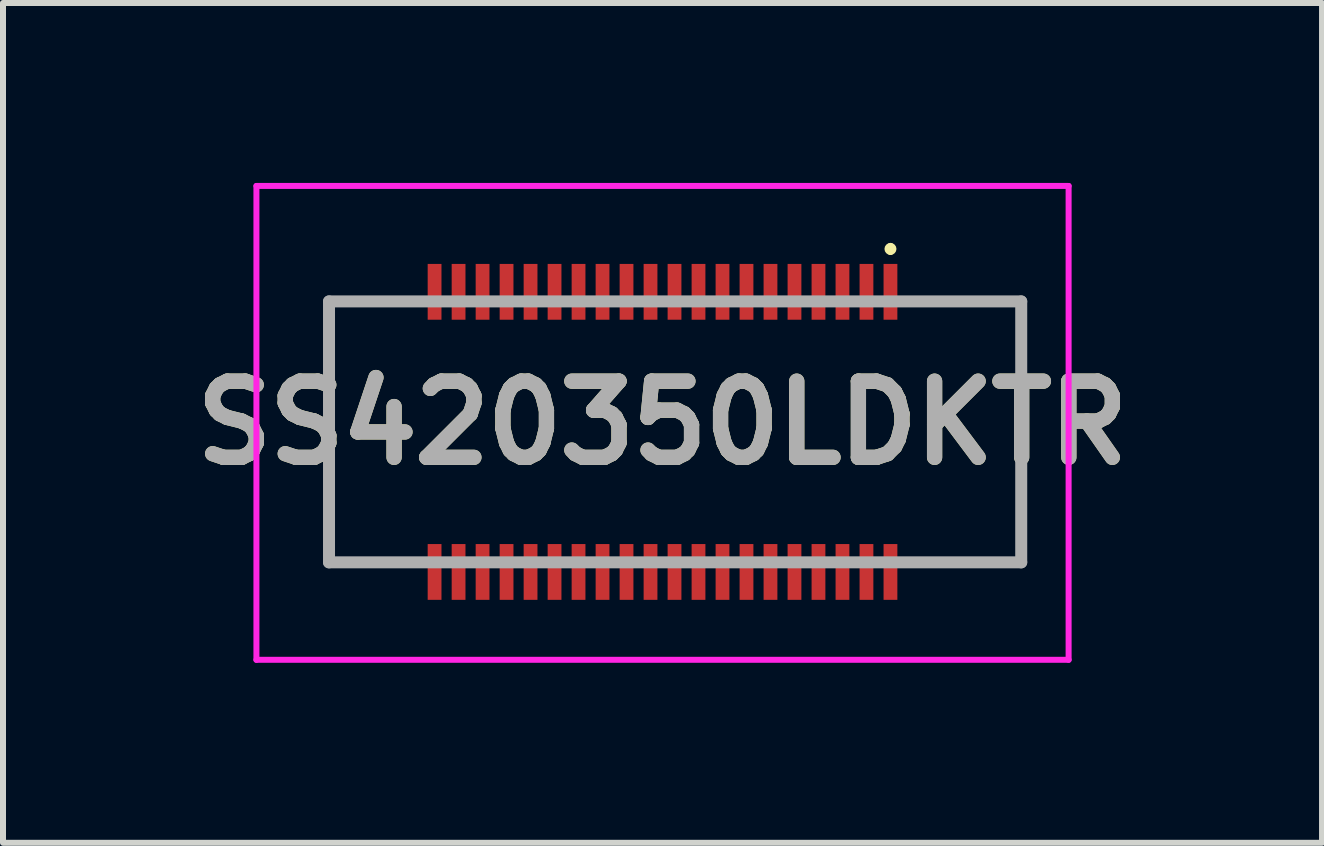
<source format=kicad_pcb>
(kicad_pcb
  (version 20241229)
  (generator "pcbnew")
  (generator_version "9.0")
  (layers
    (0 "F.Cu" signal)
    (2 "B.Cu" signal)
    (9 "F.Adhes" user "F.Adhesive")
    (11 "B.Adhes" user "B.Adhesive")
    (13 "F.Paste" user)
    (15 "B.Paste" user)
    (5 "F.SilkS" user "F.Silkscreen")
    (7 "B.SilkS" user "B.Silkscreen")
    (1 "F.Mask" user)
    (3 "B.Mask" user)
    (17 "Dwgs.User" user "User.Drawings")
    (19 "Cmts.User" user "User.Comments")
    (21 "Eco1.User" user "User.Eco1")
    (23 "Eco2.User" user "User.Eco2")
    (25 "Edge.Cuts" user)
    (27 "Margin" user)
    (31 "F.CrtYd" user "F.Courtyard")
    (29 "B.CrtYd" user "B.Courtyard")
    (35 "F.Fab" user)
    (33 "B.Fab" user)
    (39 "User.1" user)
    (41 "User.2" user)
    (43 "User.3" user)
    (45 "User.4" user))
  (footprint "SS420350LDKTR"
    (layer "F.Cu")
    (at 7.995 4.15)
    (property "Reference" "SS420350LDKTR" (at 0 -0.15 0) (layer "F.SilkS") (effects (font (size 1.27 1.27) (thickness 0.254))))
    (attr smd)
    (fp_line (start -5.56 -2.175) (end -4.3 -2.175) (stroke (width 0.1) (type solid)) (layer "F.SilkS"))
    (fp_line (start -5.56 2.175) (end -5.56 -2.175) (stroke (width 0.1) (type solid)) (layer "F.SilkS"))
    (fp_line (start -4.3 2.175) (end -5.56 2.175) (stroke (width 0.1) (type solid)) (layer "F.SilkS"))
    (fp_line (start 3.8 -3.1) (end 3.8 -3.1) (stroke (width 0.1) (type solid)) (layer "F.SilkS"))
    (fp_line (start 3.8 -3) (end 3.8 -3) (stroke (width 0.1) (type solid)) (layer "F.SilkS"))
    (fp_line (start 4.3 -2.175) (end 5.98 -2.175) (stroke (width 0.1) (type solid)) (layer "F.SilkS"))
    (fp_line (start 5.98 -2.175) (end 5.98 2.175) (stroke (width 0.1) (type solid)) (layer "F.SilkS"))
    (fp_line (start 5.98 2.175) (end 4.3 2.175) (stroke (width 0.1) (type solid)) (layer "F.SilkS"))
    (fp_arc (start 3.8 -3.1) (mid 3.85 -3.05) (end 3.8 -3) (stroke (width 0.1) (type solid)) (layer "F.SilkS"))
    (fp_arc (start 3.8 -3) (mid 3.75 -3.05) (end 3.8 -3.1) (stroke (width 0.1) (type solid)) (layer "F.SilkS"))
    (fp_line (start -6.77 -4.1) (end 6.77 -4.1) (stroke (width 0.1) (type solid)) (layer "F.CrtYd"))
    (fp_line (start -6.77 3.8) (end -6.77 -4.1) (stroke (width 0.1) (type solid)) (layer "F.CrtYd"))
    (fp_line (start 6.77 -4.1) (end 6.77 3.8) (stroke (width 0.1) (type solid)) (layer "F.CrtYd"))
    (fp_line (start 6.77 3.8) (end -6.77 3.8) (stroke (width 0.1) (type solid)) (layer "F.CrtYd"))
    (fp_line (start -5.56 -2.175) (end 5.98 -2.175) (stroke (width 0.2) (type solid)) (layer "F.Fab"))
    (fp_line (start -5.56 2.175) (end -5.56 -2.175) (stroke (width 0.2) (type solid)) (layer "F.Fab"))
    (fp_line (start 5.98 -2.175) (end 5.98 2.175) (stroke (width 0.2) (type solid)) (layer "F.Fab"))
    (fp_line (start 5.98 2.175) (end -5.56 2.175) (stroke (width 0.2) (type solid)) (layer "F.Fab"))
    (fp_text user "${REFERENCE}" (at 0 -0.15 0) (layer "F.Fab") (effects (font (size 1.27 1.27) (thickness 0.254))))
    (pad "1" smd rect (at 3.8 -2.335) (size 0.23 0.93) (layers "F.Cu" "F.Mask" "F.Paste"))
    (pad "2" smd rect (at 3.8 2.335) (size 0.23 0.93) (layers "F.Cu" "F.Mask" "F.Paste"))
    (pad "3" smd rect (at 3.4 -2.335) (size 0.23 0.93) (layers "F.Cu" "F.Mask" "F.Paste"))
    (pad "4" smd rect (at 3.4 2.335) (size 0.23 0.93) (layers "F.Cu" "F.Mask" "F.Paste"))
    (pad "5" smd rect (at 3 -2.335) (size 0.23 0.93) (layers "F.Cu" "F.Mask" "F.Paste"))
    (pad "6" smd rect (at 3 2.335) (size 0.23 0.93) (layers "F.Cu" "F.Mask" "F.Paste"))
    (pad "7" smd rect (at 2.6 -2.335) (size 0.23 0.93) (layers "F.Cu" "F.Mask" "F.Paste"))
    (pad "8" smd rect (at 2.6 2.335) (size 0.23 0.93) (layers "F.Cu" "F.Mask" "F.Paste"))
    (pad "9" smd rect (at 2.2 -2.335) (size 0.23 0.93) (layers "F.Cu" "F.Mask" "F.Paste"))
    (pad "10" smd rect (at 2.2 2.335) (size 0.23 0.93) (layers "F.Cu" "F.Mask" "F.Paste"))
    (pad "11" smd rect (at 1.8 -2.335) (size 0.23 0.93) (layers "F.Cu" "F.Mask" "F.Paste"))
    (pad "12" smd rect (at 1.8 2.335) (size 0.23 0.93) (layers "F.Cu" "F.Mask" "F.Paste"))
    (pad "13" smd rect (at 1.4 -2.335) (size 0.23 0.93) (layers "F.Cu" "F.Mask" "F.Paste"))
    (pad "14" smd rect (at 1.4 2.335) (size 0.23 0.93) (layers "F.Cu" "F.Mask" "F.Paste"))
    (pad "15" smd rect (at 1 -2.335) (size 0.23 0.93) (layers "F.Cu" "F.Mask" "F.Paste"))
    (pad "16" smd rect (at 1 2.335) (size 0.23 0.93) (layers "F.Cu" "F.Mask" "F.Paste"))
    (pad "17" smd rect (at 0.6 -2.335) (size 0.23 0.93) (layers "F.Cu" "F.Mask" "F.Paste"))
    (pad "18" smd rect (at 0.6 2.335) (size 0.23 0.93) (layers "F.Cu" "F.Mask" "F.Paste"))
    (pad "19" smd rect (at 0.2 -2.335) (size 0.23 0.93) (layers "F.Cu" "F.Mask" "F.Paste"))
    (pad "20" smd rect (at 0.2 2.335) (size 0.23 0.93) (layers "F.Cu" "F.Mask" "F.Paste"))
    (pad "21" smd rect (at -0.2 -2.335) (size 0.23 0.93) (layers "F.Cu" "F.Mask" "F.Paste"))
    (pad "22" smd rect (at -0.2 2.335) (size 0.23 0.93) (layers "F.Cu" "F.Mask" "F.Paste"))
    (pad "23" smd rect (at -0.6 -2.335) (size 0.23 0.93) (layers "F.Cu" "F.Mask" "F.Paste"))
    (pad "24" smd rect (at -0.6 2.335) (size 0.23 0.93) (layers "F.Cu" "F.Mask" "F.Paste"))
    (pad "25" smd rect (at -1 -2.335) (size 0.23 0.93) (layers "F.Cu" "F.Mask" "F.Paste"))
    (pad "26" smd rect (at -1 2.335) (size 0.23 0.93) (layers "F.Cu" "F.Mask" "F.Paste"))
    (pad "27" smd rect (at -1.4 -2.335) (size 0.23 0.93) (layers "F.Cu" "F.Mask" "F.Paste"))
    (pad "28" smd rect (at -1.4 2.335) (size 0.23 0.93) (layers "F.Cu" "F.Mask" "F.Paste"))
    (pad "29" smd rect (at -1.8 -2.335) (size 0.23 0.93) (layers "F.Cu" "F.Mask" "F.Paste"))
    (pad "30" smd rect (at -1.8 2.335) (size 0.23 0.93) (layers "F.Cu" "F.Mask" "F.Paste"))
    (pad "31" smd rect (at -2.2 -2.335) (size 0.23 0.93) (layers "F.Cu" "F.Mask" "F.Paste"))
    (pad "32" smd rect (at -2.2 2.335) (size 0.23 0.93) (layers "F.Cu" "F.Mask" "F.Paste"))
    (pad "33" smd rect (at -2.6 -2.335) (size 0.23 0.93) (layers "F.Cu" "F.Mask" "F.Paste"))
    (pad "34" smd rect (at -2.6 2.335) (size 0.23 0.93) (layers "F.Cu" "F.Mask" "F.Paste"))
    (pad "35" smd rect (at -3 -2.335) (size 0.23 0.93) (layers "F.Cu" "F.Mask" "F.Paste"))
    (pad "36" smd rect (at -3 2.335) (size 0.23 0.93) (layers "F.Cu" "F.Mask" "F.Paste"))
    (pad "37" smd rect (at -3.4 -2.335) (size 0.23 0.93) (layers "F.Cu" "F.Mask" "F.Paste"))
    (pad "38" smd rect (at -3.4 2.335) (size 0.23 0.93) (layers "F.Cu" "F.Mask" "F.Paste"))
    (pad "39" smd rect (at -3.8 -2.335) (size 0.23 0.93) (layers "F.Cu" "F.Mask" "F.Paste"))
    (pad "40" smd rect (at -3.8 2.335) (size 0.23 0.93) (layers "F.Cu" "F.Mask" "F.Paste")))
  (gr_rect
    (start -3 -3)
    (end 18.99 11)
    (stroke (width 0.1) (type default))
    (fill no)
    (layer "Edge.Cuts")))
</source>
